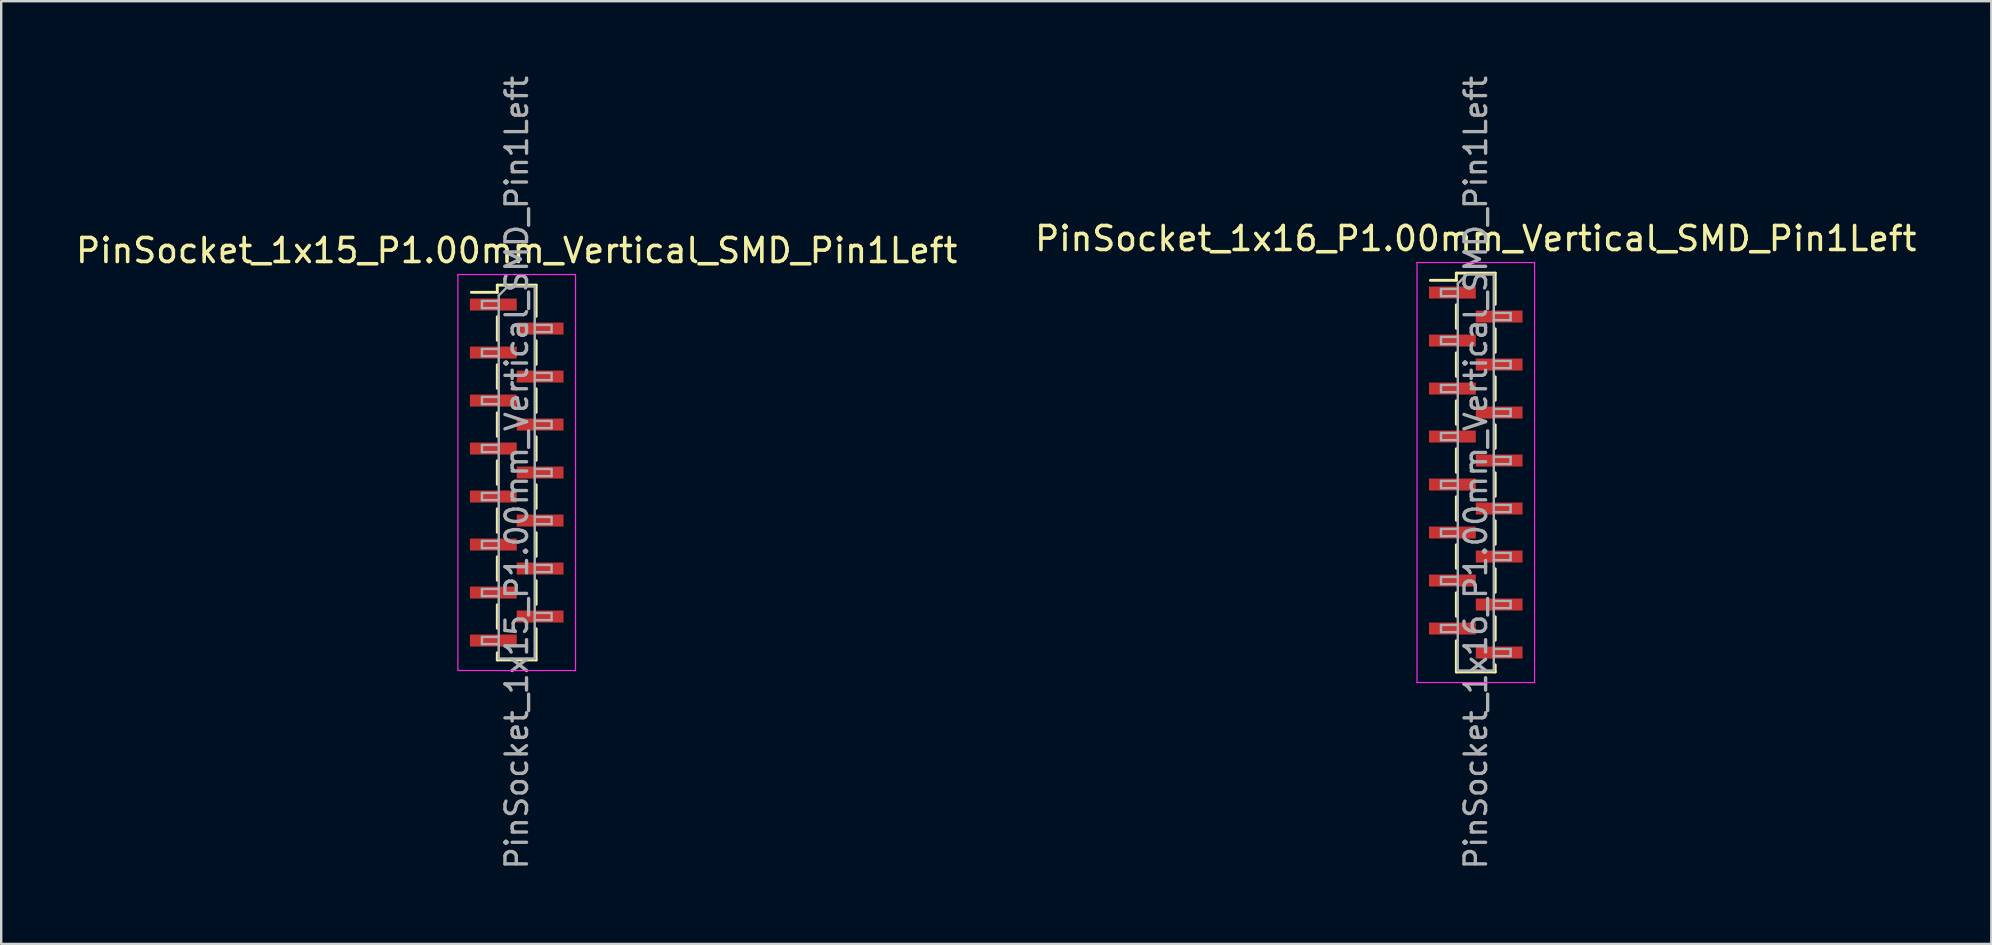
<source format=kicad_pcb>
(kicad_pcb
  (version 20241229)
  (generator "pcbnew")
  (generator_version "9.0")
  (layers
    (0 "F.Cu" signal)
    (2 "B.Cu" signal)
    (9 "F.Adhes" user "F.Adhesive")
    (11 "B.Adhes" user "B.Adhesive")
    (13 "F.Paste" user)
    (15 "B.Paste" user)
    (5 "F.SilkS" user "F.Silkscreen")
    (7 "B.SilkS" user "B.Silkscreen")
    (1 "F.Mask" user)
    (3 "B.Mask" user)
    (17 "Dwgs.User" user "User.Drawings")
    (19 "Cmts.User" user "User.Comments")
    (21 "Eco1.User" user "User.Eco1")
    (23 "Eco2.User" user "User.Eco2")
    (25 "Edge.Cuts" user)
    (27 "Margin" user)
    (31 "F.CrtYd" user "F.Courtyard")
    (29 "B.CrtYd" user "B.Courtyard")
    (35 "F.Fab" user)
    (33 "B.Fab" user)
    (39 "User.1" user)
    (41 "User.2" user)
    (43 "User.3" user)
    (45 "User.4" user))
  (footprint "PinSocket_1x15_P1.00mm_Vertical_SMD_Pin1Left"
    (layer "F.Cu")
    (at 18.482 16.641)
    (property "Reference" "PinSocket_1x15_P1.00mm_Vertical_SMD_Pin1Left" (at 0 -9.25 0) (layer "F.SilkS") (effects (font (size 1 1) (thickness 0.15))))
    (attr smd)
    (fp_line (start -1.89 -7.51) (end -0.81 -7.51) (stroke (width 0.12) (type solid)) (layer "F.SilkS"))
    (fp_line (start -0.81 -7.81) (end -0.81 -7.51) (stroke (width 0.12) (type solid)) (layer "F.SilkS"))
    (fp_line (start -0.81 -7.81) (end 0.81 -7.81) (stroke (width 0.12) (type solid)) (layer "F.SilkS"))
    (fp_line (start -0.81 -6.49) (end -0.81 -5.51) (stroke (width 0.12) (type solid)) (layer "F.SilkS"))
    (fp_line (start -0.81 -4.49) (end -0.81 -3.51) (stroke (width 0.12) (type solid)) (layer "F.SilkS"))
    (fp_line (start -0.81 -2.49) (end -0.81 -1.51) (stroke (width 0.12) (type solid)) (layer "F.SilkS"))
    (fp_line (start -0.81 -0.49) (end -0.81 0.49) (stroke (width 0.12) (type solid)) (layer "F.SilkS"))
    (fp_line (start -0.81 1.51) (end -0.81 2.49) (stroke (width 0.12) (type solid)) (layer "F.SilkS"))
    (fp_line (start -0.81 3.51) (end -0.81 4.49) (stroke (width 0.12) (type solid)) (layer "F.SilkS"))
    (fp_line (start -0.81 5.51) (end -0.81 6.49) (stroke (width 0.12) (type solid)) (layer "F.SilkS"))
    (fp_line (start -0.81 7.51) (end -0.81 7.81) (stroke (width 0.12) (type solid)) (layer "F.SilkS"))
    (fp_line (start -0.81 7.81) (end 0.81 7.81) (stroke (width 0.12) (type solid)) (layer "F.SilkS"))
    (fp_line (start 0.81 -7.81) (end 0.81 -6.51) (stroke (width 0.12) (type solid)) (layer "F.SilkS"))
    (fp_line (start 0.81 -5.49) (end 0.81 -4.51) (stroke (width 0.12) (type solid)) (layer "F.SilkS"))
    (fp_line (start 0.81 -3.49) (end 0.81 -2.51) (stroke (width 0.12) (type solid)) (layer "F.SilkS"))
    (fp_line (start 0.81 -1.49) (end 0.81 -0.51) (stroke (width 0.12) (type solid)) (layer "F.SilkS"))
    (fp_line (start 0.81 0.51) (end 0.81 1.49) (stroke (width 0.12) (type solid)) (layer "F.SilkS"))
    (fp_line (start 0.81 2.51) (end 0.81 3.49) (stroke (width 0.12) (type solid)) (layer "F.SilkS"))
    (fp_line (start 0.81 4.51) (end 0.81 5.49) (stroke (width 0.12) (type solid)) (layer "F.SilkS"))
    (fp_line (start 0.81 6.51) (end 0.81 7.81) (stroke (width 0.12) (type solid)) (layer "F.SilkS"))
    (fp_line (start -2.45 -8.25) (end 2.45 -8.25) (stroke (width 0.05) (type solid)) (layer "F.CrtYd"))
    (fp_line (start -2.45 8.25) (end -2.45 -8.25) (stroke (width 0.05) (type solid)) (layer "F.CrtYd"))
    (fp_line (start 2.45 -8.25) (end 2.45 8.25) (stroke (width 0.05) (type solid)) (layer "F.CrtYd"))
    (fp_line (start 2.45 8.25) (end -2.45 8.25) (stroke (width 0.05) (type solid)) (layer "F.CrtYd"))
    (fp_line (start -1.45 -7.15) (end -0.75 -7.15) (stroke (width 0.1) (type solid)) (layer "F.Fab"))
    (fp_line (start -1.45 -6.85) (end -1.45 -7.15) (stroke (width 0.1) (type solid)) (layer "F.Fab"))
    (fp_line (start -1.45 -5.15) (end -0.75 -5.15) (stroke (width 0.1) (type solid)) (layer "F.Fab"))
    (fp_line (start -1.45 -4.85) (end -1.45 -5.15) (stroke (width 0.1) (type solid)) (layer "F.Fab"))
    (fp_line (start -1.45 -3.15) (end -0.75 -3.15) (stroke (width 0.1) (type solid)) (layer "F.Fab"))
    (fp_line (start -1.45 -2.85) (end -1.45 -3.15) (stroke (width 0.1) (type solid)) (layer "F.Fab"))
    (fp_line (start -1.45 -1.15) (end -0.75 -1.15) (stroke (width 0.1) (type solid)) (layer "F.Fab"))
    (fp_line (start -1.45 -0.85) (end -1.45 -1.15) (stroke (width 0.1) (type solid)) (layer "F.Fab"))
    (fp_line (start -1.45 0.85) (end -0.75 0.85) (stroke (width 0.1) (type solid)) (layer "F.Fab"))
    (fp_line (start -1.45 1.15) (end -1.45 0.85) (stroke (width 0.1) (type solid)) (layer "F.Fab"))
    (fp_line (start -1.45 2.85) (end -0.75 2.85) (stroke (width 0.1) (type solid)) (layer "F.Fab"))
    (fp_line (start -1.45 3.15) (end -1.45 2.85) (stroke (width 0.1) (type solid)) (layer "F.Fab"))
    (fp_line (start -1.45 4.85) (end -0.75 4.85) (stroke (width 0.1) (type solid)) (layer "F.Fab"))
    (fp_line (start -1.45 5.15) (end -1.45 4.85) (stroke (width 0.1) (type solid)) (layer "F.Fab"))
    (fp_line (start -1.45 6.85) (end -0.75 6.85) (stroke (width 0.1) (type solid)) (layer "F.Fab"))
    (fp_line (start -1.45 7.15) (end -1.45 6.85) (stroke (width 0.1) (type solid)) (layer "F.Fab"))
    (fp_line (start -0.75 -7.375) (end -0.375 -7.75) (stroke (width 0.1) (type solid)) (layer "F.Fab"))
    (fp_line (start -0.75 -6.85) (end -1.45 -6.85) (stroke (width 0.1) (type solid)) (layer "F.Fab"))
    (fp_line (start -0.75 -4.85) (end -1.45 -4.85) (stroke (width 0.1) (type solid)) (layer "F.Fab"))
    (fp_line (start -0.75 -2.85) (end -1.45 -2.85) (stroke (width 0.1) (type solid)) (layer "F.Fab"))
    (fp_line (start -0.75 -0.85) (end -1.45 -0.85) (stroke (width 0.1) (type solid)) (layer "F.Fab"))
    (fp_line (start -0.75 1.15) (end -1.45 1.15) (stroke (width 0.1) (type solid)) (layer "F.Fab"))
    (fp_line (start -0.75 3.15) (end -1.45 3.15) (stroke (width 0.1) (type solid)) (layer "F.Fab"))
    (fp_line (start -0.75 5.15) (end -1.45 5.15) (stroke (width 0.1) (type solid)) (layer "F.Fab"))
    (fp_line (start -0.75 7.15) (end -1.45 7.15) (stroke (width 0.1) (type solid)) (layer "F.Fab"))
    (fp_line (start -0.75 7.75) (end -0.75 -7.375) (stroke (width 0.1) (type solid)) (layer "F.Fab"))
    (fp_line (start -0.375 -7.75) (end 0.75 -7.75) (stroke (width 0.1) (type solid)) (layer "F.Fab"))
    (fp_line (start 0.75 -7.75) (end 0.75 7.75) (stroke (width 0.1) (type solid)) (layer "F.Fab"))
    (fp_line (start 0.75 -6.15) (end 1.45 -6.15) (stroke (width 0.1) (type solid)) (layer "F.Fab"))
    (fp_line (start 0.75 -4.15) (end 1.45 -4.15) (stroke (width 0.1) (type solid)) (layer "F.Fab"))
    (fp_line (start 0.75 -2.15) (end 1.45 -2.15) (stroke (width 0.1) (type solid)) (layer "F.Fab"))
    (fp_line (start 0.75 -0.15) (end 1.45 -0.15) (stroke (width 0.1) (type solid)) (layer "F.Fab"))
    (fp_line (start 0.75 1.85) (end 1.45 1.85) (stroke (width 0.1) (type solid)) (layer "F.Fab"))
    (fp_line (start 0.75 3.85) (end 1.45 3.85) (stroke (width 0.1) (type solid)) (layer "F.Fab"))
    (fp_line (start 0.75 5.85) (end 1.45 5.85) (stroke (width 0.1) (type solid)) (layer "F.Fab"))
    (fp_line (start 0.75 7.75) (end -0.75 7.75) (stroke (width 0.1) (type solid)) (layer "F.Fab"))
    (fp_line (start 1.45 -6.15) (end 1.45 -5.85) (stroke (width 0.1) (type solid)) (layer "F.Fab"))
    (fp_line (start 1.45 -5.85) (end 0.75 -5.85) (stroke (width 0.1) (type solid)) (layer "F.Fab"))
    (fp_line (start 1.45 -4.15) (end 1.45 -3.85) (stroke (width 0.1) (type solid)) (layer "F.Fab"))
    (fp_line (start 1.45 -3.85) (end 0.75 -3.85) (stroke (width 0.1) (type solid)) (layer "F.Fab"))
    (fp_line (start 1.45 -2.15) (end 1.45 -1.85) (stroke (width 0.1) (type solid)) (layer "F.Fab"))
    (fp_line (start 1.45 -1.85) (end 0.75 -1.85) (stroke (width 0.1) (type solid)) (layer "F.Fab"))
    (fp_line (start 1.45 -0.15) (end 1.45 0.15) (stroke (width 0.1) (type solid)) (layer "F.Fab"))
    (fp_line (start 1.45 0.15) (end 0.75 0.15) (stroke (width 0.1) (type solid)) (layer "F.Fab"))
    (fp_line (start 1.45 1.85) (end 1.45 2.15) (stroke (width 0.1) (type solid)) (layer "F.Fab"))
    (fp_line (start 1.45 2.15) (end 0.75 2.15) (stroke (width 0.1) (type solid)) (layer "F.Fab"))
    (fp_line (start 1.45 3.85) (end 1.45 4.15) (stroke (width 0.1) (type solid)) (layer "F.Fab"))
    (fp_line (start 1.45 4.15) (end 0.75 4.15) (stroke (width 0.1) (type solid)) (layer "F.Fab"))
    (fp_line (start 1.45 5.85) (end 1.45 6.15) (stroke (width 0.1) (type solid)) (layer "F.Fab"))
    (fp_line (start 1.45 6.15) (end 0.75 6.15) (stroke (width 0.1) (type solid)) (layer "F.Fab"))
    (fp_text user "${REFERENCE}" (at 0 0 90) (layer "F.Fab") (effects (font (size 0.9 0.9) (thickness 0.14))))
    (pad "1" smd rect (at -0.975 -7) (size 1.95 0.5) (layers "F.Cu" "F.Mask" "F.Paste"))
    (pad "2" smd rect (at 0.975 -6) (size 1.95 0.5) (layers "F.Cu" "F.Mask" "F.Paste"))
    (pad "3" smd rect (at -0.975 -5) (size 1.95 0.5) (layers "F.Cu" "F.Mask" "F.Paste"))
    (pad "4" smd rect (at 0.975 -4) (size 1.95 0.5) (layers "F.Cu" "F.Mask" "F.Paste"))
    (pad "5" smd rect (at -0.975 -3) (size 1.95 0.5) (layers "F.Cu" "F.Mask" "F.Paste"))
    (pad "6" smd rect (at 0.975 -2) (size 1.95 0.5) (layers "F.Cu" "F.Mask" "F.Paste"))
    (pad "7" smd rect (at -0.975 -1) (size 1.95 0.5) (layers "F.Cu" "F.Mask" "F.Paste"))
    (pad "8" smd rect (at 0.975 0) (size 1.95 0.5) (layers "F.Cu" "F.Mask" "F.Paste"))
    (pad "9" smd rect (at -0.975 1) (size 1.95 0.5) (layers "F.Cu" "F.Mask" "F.Paste"))
    (pad "10" smd rect (at 0.975 2) (size 1.95 0.5) (layers "F.Cu" "F.Mask" "F.Paste"))
    (pad "11" smd rect (at -0.975 3) (size 1.95 0.5) (layers "F.Cu" "F.Mask" "F.Paste"))
    (pad "12" smd rect (at 0.975 4) (size 1.95 0.5) (layers "F.Cu" "F.Mask" "F.Paste"))
    (pad "13" smd rect (at -0.975 5) (size 1.95 0.5) (layers "F.Cu" "F.Mask" "F.Paste"))
    (pad "14" smd rect (at 0.975 6) (size 1.95 0.5) (layers "F.Cu" "F.Mask" "F.Paste"))
    (pad "15" smd rect (at -0.975 7) (size 1.95 0.5) (layers "F.Cu" "F.Mask" "F.Paste")))
  (footprint "PinSocket_1x16_P1.00mm_Vertical_SMD_Pin1Left"
    (layer "F.Cu")
    (at 58.446 16.641)
    (property "Reference" "PinSocket_1x16_P1.00mm_Vertical_SMD_Pin1Left" (at 0 -9.75 0) (layer "F.SilkS") (effects (font (size 1 1) (thickness 0.15))))
    (attr smd)
    (fp_line (start -1.89 -8.01) (end -0.81 -8.01) (stroke (width 0.12) (type solid)) (layer "F.SilkS"))
    (fp_line (start -0.81 -8.31) (end -0.81 -8.01) (stroke (width 0.12) (type solid)) (layer "F.SilkS"))
    (fp_line (start -0.81 -8.31) (end 0.81 -8.31) (stroke (width 0.12) (type solid)) (layer "F.SilkS"))
    (fp_line (start -0.81 -6.99) (end -0.81 -6.01) (stroke (width 0.12) (type solid)) (layer "F.SilkS"))
    (fp_line (start -0.81 -4.99) (end -0.81 -4.01) (stroke (width 0.12) (type solid)) (layer "F.SilkS"))
    (fp_line (start -0.81 -2.99) (end -0.81 -2.01) (stroke (width 0.12) (type solid)) (layer "F.SilkS"))
    (fp_line (start -0.81 -0.99) (end -0.81 -0.01) (stroke (width 0.12) (type solid)) (layer "F.SilkS"))
    (fp_line (start -0.81 1.01) (end -0.81 1.99) (stroke (width 0.12) (type solid)) (layer "F.SilkS"))
    (fp_line (start -0.81 3.01) (end -0.81 3.99) (stroke (width 0.12) (type solid)) (layer "F.SilkS"))
    (fp_line (start -0.81 5.01) (end -0.81 5.99) (stroke (width 0.12) (type solid)) (layer "F.SilkS"))
    (fp_line (start -0.81 7.01) (end -0.81 8.31) (stroke (width 0.12) (type solid)) (layer "F.SilkS"))
    (fp_line (start -0.81 8.31) (end 0.81 8.31) (stroke (width 0.12) (type solid)) (layer "F.SilkS"))
    (fp_line (start 0.81 -8.31) (end 0.81 -7.01) (stroke (width 0.12) (type solid)) (layer "F.SilkS"))
    (fp_line (start 0.81 -5.99) (end 0.81 -5.01) (stroke (width 0.12) (type solid)) (layer "F.SilkS"))
    (fp_line (start 0.81 -3.99) (end 0.81 -3.01) (stroke (width 0.12) (type solid)) (layer "F.SilkS"))
    (fp_line (start 0.81 -1.99) (end 0.81 -1.01) (stroke (width 0.12) (type solid)) (layer "F.SilkS"))
    (fp_line (start 0.81 0.01) (end 0.81 0.99) (stroke (width 0.12) (type solid)) (layer "F.SilkS"))
    (fp_line (start 0.81 2.01) (end 0.81 2.99) (stroke (width 0.12) (type solid)) (layer "F.SilkS"))
    (fp_line (start 0.81 4.01) (end 0.81 4.99) (stroke (width 0.12) (type solid)) (layer "F.SilkS"))
    (fp_line (start 0.81 6.01) (end 0.81 6.99) (stroke (width 0.12) (type solid)) (layer "F.SilkS"))
    (fp_line (start 0.81 8.01) (end 0.81 8.31) (stroke (width 0.12) (type solid)) (layer "F.SilkS"))
    (fp_line (start -2.45 -8.75) (end 2.45 -8.75) (stroke (width 0.05) (type solid)) (layer "F.CrtYd"))
    (fp_line (start -2.45 8.75) (end -2.45 -8.75) (stroke (width 0.05) (type solid)) (layer "F.CrtYd"))
    (fp_line (start 2.45 -8.75) (end 2.45 8.75) (stroke (width 0.05) (type solid)) (layer "F.CrtYd"))
    (fp_line (start 2.45 8.75) (end -2.45 8.75) (stroke (width 0.05) (type solid)) (layer "F.CrtYd"))
    (fp_line (start -1.45 -7.65) (end -0.75 -7.65) (stroke (width 0.1) (type solid)) (layer "F.Fab"))
    (fp_line (start -1.45 -7.35) (end -1.45 -7.65) (stroke (width 0.1) (type solid)) (layer "F.Fab"))
    (fp_line (start -1.45 -5.65) (end -0.75 -5.65) (stroke (width 0.1) (type solid)) (layer "F.Fab"))
    (fp_line (start -1.45 -5.35) (end -1.45 -5.65) (stroke (width 0.1) (type solid)) (layer "F.Fab"))
    (fp_line (start -1.45 -3.65) (end -0.75 -3.65) (stroke (width 0.1) (type solid)) (layer "F.Fab"))
    (fp_line (start -1.45 -3.35) (end -1.45 -3.65) (stroke (width 0.1) (type solid)) (layer "F.Fab"))
    (fp_line (start -1.45 -1.65) (end -0.75 -1.65) (stroke (width 0.1) (type solid)) (layer "F.Fab"))
    (fp_line (start -1.45 -1.35) (end -1.45 -1.65) (stroke (width 0.1) (type solid)) (layer "F.Fab"))
    (fp_line (start -1.45 0.35) (end -0.75 0.35) (stroke (width 0.1) (type solid)) (layer "F.Fab"))
    (fp_line (start -1.45 0.65) (end -1.45 0.35) (stroke (width 0.1) (type solid)) (layer "F.Fab"))
    (fp_line (start -1.45 2.35) (end -0.75 2.35) (stroke (width 0.1) (type solid)) (layer "F.Fab"))
    (fp_line (start -1.45 2.65) (end -1.45 2.35) (stroke (width 0.1) (type solid)) (layer "F.Fab"))
    (fp_line (start -1.45 4.35) (end -0.75 4.35) (stroke (width 0.1) (type solid)) (layer "F.Fab"))
    (fp_line (start -1.45 4.65) (end -1.45 4.35) (stroke (width 0.1) (type solid)) (layer "F.Fab"))
    (fp_line (start -1.45 6.35) (end -0.75 6.35) (stroke (width 0.1) (type solid)) (layer "F.Fab"))
    (fp_line (start -1.45 6.65) (end -1.45 6.35) (stroke (width 0.1) (type solid)) (layer "F.Fab"))
    (fp_line (start -0.75 -7.875) (end -0.375 -8.25) (stroke (width 0.1) (type solid)) (layer "F.Fab"))
    (fp_line (start -0.75 -7.35) (end -1.45 -7.35) (stroke (width 0.1) (type solid)) (layer "F.Fab"))
    (fp_line (start -0.75 -5.35) (end -1.45 -5.35) (stroke (width 0.1) (type solid)) (layer "F.Fab"))
    (fp_line (start -0.75 -3.35) (end -1.45 -3.35) (stroke (width 0.1) (type solid)) (layer "F.Fab"))
    (fp_line (start -0.75 -1.35) (end -1.45 -1.35) (stroke (width 0.1) (type solid)) (layer "F.Fab"))
    (fp_line (start -0.75 0.65) (end -1.45 0.65) (stroke (width 0.1) (type solid)) (layer "F.Fab"))
    (fp_line (start -0.75 2.65) (end -1.45 2.65) (stroke (width 0.1) (type solid)) (layer "F.Fab"))
    (fp_line (start -0.75 4.65) (end -1.45 4.65) (stroke (width 0.1) (type solid)) (layer "F.Fab"))
    (fp_line (start -0.75 6.65) (end -1.45 6.65) (stroke (width 0.1) (type solid)) (layer "F.Fab"))
    (fp_line (start -0.75 8.25) (end -0.75 -7.875) (stroke (width 0.1) (type solid)) (layer "F.Fab"))
    (fp_line (start -0.375 -8.25) (end 0.75 -8.25) (stroke (width 0.1) (type solid)) (layer "F.Fab"))
    (fp_line (start 0.75 -8.25) (end 0.75 8.25) (stroke (width 0.1) (type solid)) (layer "F.Fab"))
    (fp_line (start 0.75 -6.65) (end 1.45 -6.65) (stroke (width 0.1) (type solid)) (layer "F.Fab"))
    (fp_line (start 0.75 -4.65) (end 1.45 -4.65) (stroke (width 0.1) (type solid)) (layer "F.Fab"))
    (fp_line (start 0.75 -2.65) (end 1.45 -2.65) (stroke (width 0.1) (type solid)) (layer "F.Fab"))
    (fp_line (start 0.75 -0.65) (end 1.45 -0.65) (stroke (width 0.1) (type solid)) (layer "F.Fab"))
    (fp_line (start 0.75 1.35) (end 1.45 1.35) (stroke (width 0.1) (type solid)) (layer "F.Fab"))
    (fp_line (start 0.75 3.35) (end 1.45 3.35) (stroke (width 0.1) (type solid)) (layer "F.Fab"))
    (fp_line (start 0.75 5.35) (end 1.45 5.35) (stroke (width 0.1) (type solid)) (layer "F.Fab"))
    (fp_line (start 0.75 7.35) (end 1.45 7.35) (stroke (width 0.1) (type solid)) (layer "F.Fab"))
    (fp_line (start 0.75 8.25) (end -0.75 8.25) (stroke (width 0.1) (type solid)) (layer "F.Fab"))
    (fp_line (start 1.45 -6.65) (end 1.45 -6.35) (stroke (width 0.1) (type solid)) (layer "F.Fab"))
    (fp_line (start 1.45 -6.35) (end 0.75 -6.35) (stroke (width 0.1) (type solid)) (layer "F.Fab"))
    (fp_line (start 1.45 -4.65) (end 1.45 -4.35) (stroke (width 0.1) (type solid)) (layer "F.Fab"))
    (fp_line (start 1.45 -4.35) (end 0.75 -4.35) (stroke (width 0.1) (type solid)) (layer "F.Fab"))
    (fp_line (start 1.45 -2.65) (end 1.45 -2.35) (stroke (width 0.1) (type solid)) (layer "F.Fab"))
    (fp_line (start 1.45 -2.35) (end 0.75 -2.35) (stroke (width 0.1) (type solid)) (layer "F.Fab"))
    (fp_line (start 1.45 -0.65) (end 1.45 -0.35) (stroke (width 0.1) (type solid)) (layer "F.Fab"))
    (fp_line (start 1.45 -0.35) (end 0.75 -0.35) (stroke (width 0.1) (type solid)) (layer "F.Fab"))
    (fp_line (start 1.45 1.35) (end 1.45 1.65) (stroke (width 0.1) (type solid)) (layer "F.Fab"))
    (fp_line (start 1.45 1.65) (end 0.75 1.65) (stroke (width 0.1) (type solid)) (layer "F.Fab"))
    (fp_line (start 1.45 3.35) (end 1.45 3.65) (stroke (width 0.1) (type solid)) (layer "F.Fab"))
    (fp_line (start 1.45 3.65) (end 0.75 3.65) (stroke (width 0.1) (type solid)) (layer "F.Fab"))
    (fp_line (start 1.45 5.35) (end 1.45 5.65) (stroke (width 0.1) (type solid)) (layer "F.Fab"))
    (fp_line (start 1.45 5.65) (end 0.75 5.65) (stroke (width 0.1) (type solid)) (layer "F.Fab"))
    (fp_line (start 1.45 7.35) (end 1.45 7.65) (stroke (width 0.1) (type solid)) (layer "F.Fab"))
    (fp_line (start 1.45 7.65) (end 0.75 7.65) (stroke (width 0.1) (type solid)) (layer "F.Fab"))
    (fp_text user "${REFERENCE}" (at 0 0 90) (layer "F.Fab") (effects (font (size 0.9 0.9) (thickness 0.14))))
    (pad "1" smd rect (at -0.975 -7.5) (size 1.95 0.5) (layers "F.Cu" "F.Mask" "F.Paste"))
    (pad "2" smd rect (at 0.975 -6.5) (size 1.95 0.5) (layers "F.Cu" "F.Mask" "F.Paste"))
    (pad "3" smd rect (at -0.975 -5.5) (size 1.95 0.5) (layers "F.Cu" "F.Mask" "F.Paste"))
    (pad "4" smd rect (at 0.975 -4.5) (size 1.95 0.5) (layers "F.Cu" "F.Mask" "F.Paste"))
    (pad "5" smd rect (at -0.975 -3.5) (size 1.95 0.5) (layers "F.Cu" "F.Mask" "F.Paste"))
    (pad "6" smd rect (at 0.975 -2.5) (size 1.95 0.5) (layers "F.Cu" "F.Mask" "F.Paste"))
    (pad "7" smd rect (at -0.975 -1.5) (size 1.95 0.5) (layers "F.Cu" "F.Mask" "F.Paste"))
    (pad "8" smd rect (at 0.975 -0.5) (size 1.95 0.5) (layers "F.Cu" "F.Mask" "F.Paste"))
    (pad "9" smd rect (at -0.975 0.5) (size 1.95 0.5) (layers "F.Cu" "F.Mask" "F.Paste"))
    (pad "10" smd rect (at 0.975 1.5) (size 1.95 0.5) (layers "F.Cu" "F.Mask" "F.Paste"))
    (pad "11" smd rect (at -0.975 2.5) (size 1.95 0.5) (layers "F.Cu" "F.Mask" "F.Paste"))
    (pad "12" smd rect (at 0.975 3.5) (size 1.95 0.5) (layers "F.Cu" "F.Mask" "F.Paste"))
    (pad "13" smd rect (at -0.975 4.5) (size 1.95 0.5) (layers "F.Cu" "F.Mask" "F.Paste"))
    (pad "14" smd rect (at 0.975 5.5) (size 1.95 0.5) (layers "F.Cu" "F.Mask" "F.Paste"))
    (pad "15" smd rect (at -0.975 6.5) (size 1.95 0.5) (layers "F.Cu" "F.Mask" "F.Paste"))
    (pad "16" smd rect (at 0.975 7.5) (size 1.95 0.5) (layers "F.Cu" "F.Mask" "F.Paste")))
  (gr_rect
    (start -3 -3)
    (end 79.929 36.283)
    (stroke (width 0.1) (type default))
    (fill no)
    (layer "Edge.Cuts")))
</source>
